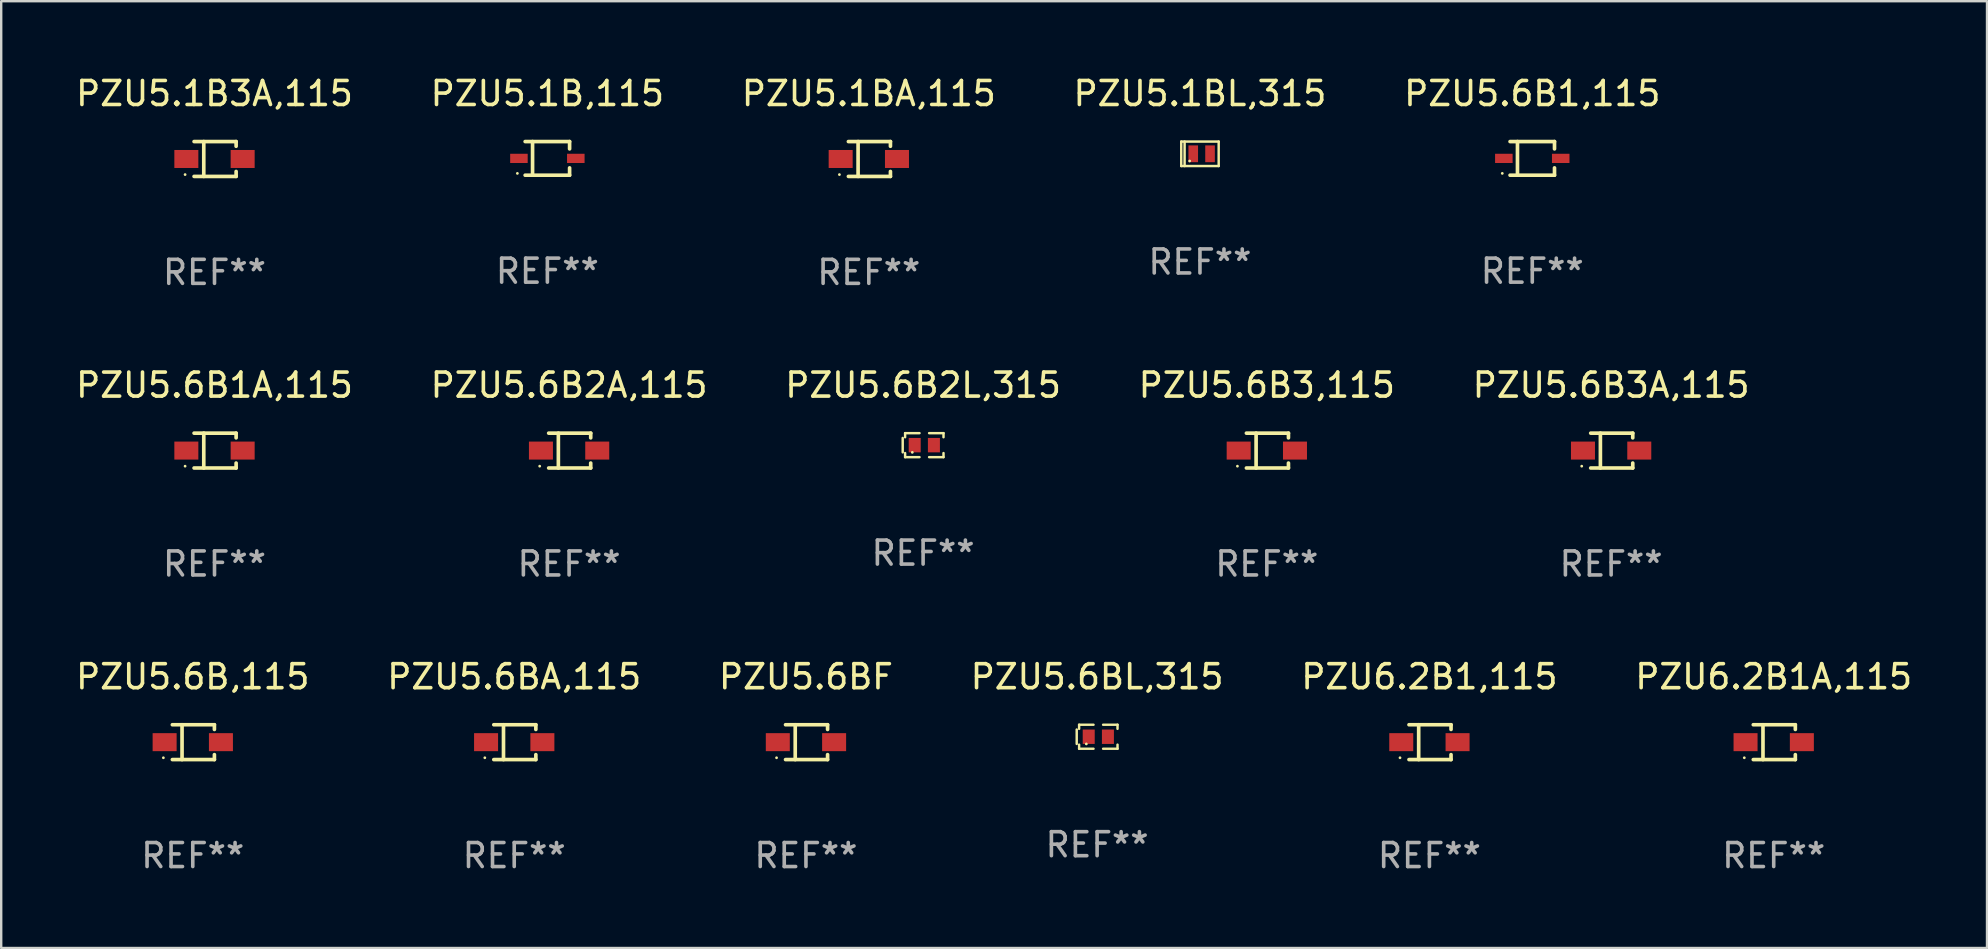
<source format=kicad_pcb>
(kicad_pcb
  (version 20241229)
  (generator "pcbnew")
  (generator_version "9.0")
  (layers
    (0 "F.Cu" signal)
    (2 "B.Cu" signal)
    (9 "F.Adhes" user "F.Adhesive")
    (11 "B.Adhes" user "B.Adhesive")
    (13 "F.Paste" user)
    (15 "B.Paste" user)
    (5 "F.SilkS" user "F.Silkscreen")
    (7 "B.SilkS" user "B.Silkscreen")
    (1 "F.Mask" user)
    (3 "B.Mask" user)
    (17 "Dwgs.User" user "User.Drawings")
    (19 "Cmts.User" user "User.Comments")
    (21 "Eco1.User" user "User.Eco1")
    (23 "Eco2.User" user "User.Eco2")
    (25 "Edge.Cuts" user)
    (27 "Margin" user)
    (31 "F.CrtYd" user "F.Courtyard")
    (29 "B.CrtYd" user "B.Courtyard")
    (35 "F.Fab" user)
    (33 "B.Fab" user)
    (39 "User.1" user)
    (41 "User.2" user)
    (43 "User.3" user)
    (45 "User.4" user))
  (footprint "PZU5.6B2A,115"
    (layer "F.Cu")
    (at 20.661 15.723)
    (property "Reference" "PZU5.6B2A,115" (at 0 -2.726 0) (layer "F.SilkS") (effects (font (size 1 1) (thickness 0.15))))
    (attr through_hole)
    (fp_line (start -0.851 -0.726) (end 0.901 -0.726) (stroke (width 0.152) (type solid)) (layer "F.SilkS"))
    (fp_line (start -0.851 0.726) (end 0.901 0.726) (stroke (width 0.152) (type solid)) (layer "F.SilkS"))
    (fp_line (start -0.447 -0.726) (end -0.447 0.726) (stroke (width 0.152) (type solid)) (layer "F.SilkS"))
    (fp_line (start 0.901 -0.726) (end 0.901 -0.53) (stroke (width 0.152) (type solid)) (layer "F.SilkS"))
    (fp_line (start 0.901 0.726) (end 0.901 0.52) (stroke (width 0.152) (type solid)) (layer "F.SilkS"))
    (fp_circle (center -1.225 0.65) (end -1.195 0.65) (stroke (width 0.06) (type solid)) (fill no) (layer "F.SilkS"))
    (fp_text user "REF**" (at 0 4.726 0) (layer "F.Fab") (effects (font (size 1 1) (thickness 0.15))))
    (pad "1" smd rect (at -1.173 0) (size 1 0.75) (layers "F.Cu" "F.Mask" "F.Paste"))
    (pad "2" smd rect (at 1.173 0) (size 1 0.75) (layers "F.Cu" "F.Mask" "F.Paste")))
  (footprint "PZU5.1BL,315"
    (layer "F.Cu")
    (at 46.946 3.358)
    (property "Reference" "PZU5.1BL,315" (at 0 -2.51 0) (layer "F.SilkS") (effects (font (size 1 1) (thickness 0.15))))
    (attr through_hole)
    (fp_line (start -0.78 -0.51) (end -0.78 0.51) (stroke (width 0.102) (type solid)) (layer "F.SilkS"))
    (fp_line (start -0.78 -0.51) (end 0.78 -0.51) (stroke (width 0.102) (type solid)) (layer "F.SilkS"))
    (fp_line (start -0.78 0.51) (end 0.78 0.51) (stroke (width 0.102) (type solid)) (layer "F.SilkS"))
    (fp_line (start -0.64 -0.51) (end -0.64 0.51) (stroke (width 0.102) (type solid)) (layer "F.SilkS"))
    (fp_line (start 0.78 -0.51) (end 0.78 0.51) (stroke (width 0.102) (type solid)) (layer "F.SilkS"))
    (fp_circle (center -0.43 0.3) (end -0.4 0.3) (stroke (width 0.06) (type solid)) (fill no) (layer "F.SilkS"))
    (fp_text user "REF**" (at 0 4.51 0) (layer "F.Fab") (effects (font (size 1 1) (thickness 0.15))))
    (pad "1" smd rect (at -0.28 0) (size 0.4 0.7) (layers "F.Cu" "F.Mask" "F.Paste"))
    (pad "2" smd rect (at 0.42 0) (size 0.4 0.7) (layers "F.Cu" "F.Mask" "F.Paste")))
  (footprint "PZU6.2B1A,115"
    (layer "F.Cu")
    (at 70.851 27.872)
    (property "Reference" "PZU6.2B1A,115" (at 0 -2.726 0) (layer "F.SilkS") (effects (font (size 1 1) (thickness 0.15))))
    (attr through_hole)
    (fp_line (start -0.851 -0.726) (end 0.901 -0.726) (stroke (width 0.152) (type solid)) (layer "F.SilkS"))
    (fp_line (start -0.851 0.726) (end 0.901 0.726) (stroke (width 0.152) (type solid)) (layer "F.SilkS"))
    (fp_line (start -0.447 -0.726) (end -0.447 0.726) (stroke (width 0.152) (type solid)) (layer "F.SilkS"))
    (fp_line (start 0.901 -0.726) (end 0.901 -0.53) (stroke (width 0.152) (type solid)) (layer "F.SilkS"))
    (fp_line (start 0.901 0.726) (end 0.901 0.52) (stroke (width 0.152) (type solid)) (layer "F.SilkS"))
    (fp_circle (center -1.225 0.65) (end -1.195 0.65) (stroke (width 0.06) (type solid)) (fill no) (layer "F.SilkS"))
    (fp_text user "REF**" (at 0 4.726 0) (layer "F.Fab") (effects (font (size 1 1) (thickness 0.15))))
    (pad "1" smd rect (at -1.173 0) (size 1 0.75) (layers "F.Cu" "F.Mask" "F.Paste"))
    (pad "2" smd rect (at 1.173 0) (size 1 0.75) (layers "F.Cu" "F.Mask" "F.Paste")))
  (footprint "PZU5.1BA,115"
    (layer "F.Cu")
    (at 33.149 3.574)
    (property "Reference" "PZU5.1BA,115" (at 0 -2.726 0) (layer "F.SilkS") (effects (font (size 1 1) (thickness 0.15))))
    (attr through_hole)
    (fp_line (start -0.851 -0.726) (end 0.901 -0.726) (stroke (width 0.152) (type solid)) (layer "F.SilkS"))
    (fp_line (start -0.851 0.726) (end 0.901 0.726) (stroke (width 0.152) (type solid)) (layer "F.SilkS"))
    (fp_line (start -0.447 -0.726) (end -0.447 0.726) (stroke (width 0.152) (type solid)) (layer "F.SilkS"))
    (fp_line (start 0.901 -0.726) (end 0.901 -0.53) (stroke (width 0.152) (type solid)) (layer "F.SilkS"))
    (fp_line (start 0.901 0.726) (end 0.901 0.52) (stroke (width 0.152) (type solid)) (layer "F.SilkS"))
    (fp_circle (center -1.225 0.65) (end -1.195 0.65) (stroke (width 0.06) (type solid)) (fill no) (layer "F.SilkS"))
    (fp_text user "REF**" (at 0 4.726 0) (layer "F.Fab") (effects (font (size 1 1) (thickness 0.15))))
    (pad "1" smd rect (at -1.173 0) (size 1 0.75) (layers "F.Cu" "F.Mask" "F.Paste"))
    (pad "2" smd rect (at 1.173 0) (size 1 0.75) (layers "F.Cu" "F.Mask" "F.Paste")))
  (footprint "PZU5.6B3A,115"
    (layer "F.Cu")
    (at 64.077 15.723)
    (property "Reference" "PZU5.6B3A,115" (at 0 -2.726 0) (layer "F.SilkS") (effects (font (size 1 1) (thickness 0.15))))
    (attr through_hole)
    (fp_line (start -0.851 -0.726) (end 0.901 -0.726) (stroke (width 0.152) (type solid)) (layer "F.SilkS"))
    (fp_line (start -0.851 0.726) (end 0.901 0.726) (stroke (width 0.152) (type solid)) (layer "F.SilkS"))
    (fp_line (start -0.447 -0.726) (end -0.447 0.726) (stroke (width 0.152) (type solid)) (layer "F.SilkS"))
    (fp_line (start 0.901 -0.726) (end 0.901 -0.53) (stroke (width 0.152) (type solid)) (layer "F.SilkS"))
    (fp_line (start 0.901 0.726) (end 0.901 0.52) (stroke (width 0.152) (type solid)) (layer "F.SilkS"))
    (fp_circle (center -1.225 0.65) (end -1.195 0.65) (stroke (width 0.06) (type solid)) (fill no) (layer "F.SilkS"))
    (fp_text user "REF**" (at 0 4.726 0) (layer "F.Fab") (effects (font (size 1 1) (thickness 0.15))))
    (pad "1" smd rect (at -1.173 0) (size 1 0.75) (layers "F.Cu" "F.Mask" "F.Paste"))
    (pad "2" smd rect (at 1.173 0) (size 1 0.75) (layers "F.Cu" "F.Mask" "F.Paste")))
  (footprint "PZU5.6BA,115"
    (layer "F.Cu")
    (at 18.375 27.872)
    (property "Reference" "PZU5.6BA,115" (at 0 -2.726 0) (layer "F.SilkS") (effects (font (size 1 1) (thickness 0.15))))
    (attr through_hole)
    (fp_line (start -0.851 -0.726) (end 0.901 -0.726) (stroke (width 0.152) (type solid)) (layer "F.SilkS"))
    (fp_line (start -0.851 0.726) (end 0.901 0.726) (stroke (width 0.152) (type solid)) (layer "F.SilkS"))
    (fp_line (start -0.447 -0.726) (end -0.447 0.726) (stroke (width 0.152) (type solid)) (layer "F.SilkS"))
    (fp_line (start 0.901 -0.726) (end 0.901 -0.53) (stroke (width 0.152) (type solid)) (layer "F.SilkS"))
    (fp_line (start 0.901 0.726) (end 0.901 0.52) (stroke (width 0.152) (type solid)) (layer "F.SilkS"))
    (fp_circle (center -1.225 0.65) (end -1.195 0.65) (stroke (width 0.06) (type solid)) (fill no) (layer "F.SilkS"))
    (fp_text user "REF**" (at 0 4.726 0) (layer "F.Fab") (effects (font (size 1 1) (thickness 0.15))))
    (pad "1" smd rect (at -1.173 0) (size 1 0.75) (layers "F.Cu" "F.Mask" "F.Paste"))
    (pad "2" smd rect (at 1.173 0) (size 1 0.75) (layers "F.Cu" "F.Mask" "F.Paste")))
  (footprint "PZU5.6B3,115"
    (layer "F.Cu")
    (at 49.732 15.723)
    (property "Reference" "PZU5.6B3,115" (at 0 -2.726 0) (layer "F.SilkS") (effects (font (size 1 1) (thickness 0.15))))
    (attr through_hole)
    (fp_line (start -0.851 -0.726) (end 0.901 -0.726) (stroke (width 0.152) (type solid)) (layer "F.SilkS"))
    (fp_line (start -0.851 0.726) (end 0.901 0.726) (stroke (width 0.152) (type solid)) (layer "F.SilkS"))
    (fp_line (start -0.447 -0.726) (end -0.447 0.726) (stroke (width 0.152) (type solid)) (layer "F.SilkS"))
    (fp_line (start 0.901 -0.726) (end 0.901 -0.53) (stroke (width 0.152) (type solid)) (layer "F.SilkS"))
    (fp_line (start 0.901 0.726) (end 0.901 0.52) (stroke (width 0.152) (type solid)) (layer "F.SilkS"))
    (fp_circle (center -1.225 0.65) (end -1.195 0.65) (stroke (width 0.06) (type solid)) (fill no) (layer "F.SilkS"))
    (fp_text user "REF**" (at 0 4.726 0) (layer "F.Fab") (effects (font (size 1 1) (thickness 0.15))))
    (pad "1" smd rect (at -1.173 0) (size 1 0.75) (layers "F.Cu" "F.Mask" "F.Paste"))
    (pad "2" smd rect (at 1.173 0) (size 1 0.75) (layers "F.Cu" "F.Mask" "F.Paste")))
  (footprint "PZU6.2B1,115"
    (layer "F.Cu")
    (at 56.506 27.872)
    (property "Reference" "PZU6.2B1,115" (at 0 -2.726 0) (layer "F.SilkS") (effects (font (size 1 1) (thickness 0.15))))
    (attr through_hole)
    (fp_line (start -0.851 -0.726) (end 0.901 -0.726) (stroke (width 0.152) (type solid)) (layer "F.SilkS"))
    (fp_line (start -0.851 0.726) (end 0.901 0.726) (stroke (width 0.152) (type solid)) (layer "F.SilkS"))
    (fp_line (start -0.447 -0.726) (end -0.447 0.726) (stroke (width 0.152) (type solid)) (layer "F.SilkS"))
    (fp_line (start 0.901 -0.726) (end 0.901 -0.53) (stroke (width 0.152) (type solid)) (layer "F.SilkS"))
    (fp_line (start 0.901 0.726) (end 0.901 0.52) (stroke (width 0.152) (type solid)) (layer "F.SilkS"))
    (fp_circle (center -1.225 0.65) (end -1.195 0.65) (stroke (width 0.06) (type solid)) (fill no) (layer "F.SilkS"))
    (fp_text user "REF**" (at 0 4.726 0) (layer "F.Fab") (effects (font (size 1 1) (thickness 0.15))))
    (pad "1" smd rect (at -1.173 0) (size 1 0.75) (layers "F.Cu" "F.Mask" "F.Paste"))
    (pad "2" smd rect (at 1.173 0) (size 1 0.75) (layers "F.Cu" "F.Mask" "F.Paste")))
  (footprint "PZU5.6B1A,115"
    (layer "F.Cu")
    (at 5.887 15.723)
    (property "Reference" "PZU5.6B1A,115" (at 0 -2.726 0) (layer "F.SilkS") (effects (font (size 1 1) (thickness 0.15))))
    (attr through_hole)
    (fp_line (start -0.851 -0.726) (end 0.901 -0.726) (stroke (width 0.152) (type solid)) (layer "F.SilkS"))
    (fp_line (start -0.851 0.726) (end 0.901 0.726) (stroke (width 0.152) (type solid)) (layer "F.SilkS"))
    (fp_line (start -0.447 -0.726) (end -0.447 0.726) (stroke (width 0.152) (type solid)) (layer "F.SilkS"))
    (fp_line (start 0.901 -0.726) (end 0.901 -0.53) (stroke (width 0.152) (type solid)) (layer "F.SilkS"))
    (fp_line (start 0.901 0.726) (end 0.901 0.52) (stroke (width 0.152) (type solid)) (layer "F.SilkS"))
    (fp_circle (center -1.225 0.65) (end -1.195 0.65) (stroke (width 0.06) (type solid)) (fill no) (layer "F.SilkS"))
    (fp_text user "REF**" (at 0 4.726 0) (layer "F.Fab") (effects (font (size 1 1) (thickness 0.15))))
    (pad "1" smd rect (at -1.173 0) (size 1 0.75) (layers "F.Cu" "F.Mask" "F.Paste"))
    (pad "2" smd rect (at 1.173 0) (size 1 0.75) (layers "F.Cu" "F.Mask" "F.Paste")))
  (footprint "PZU5.6B2L,315"
    (layer "F.Cu")
    (at 35.411 15.497)
    (property "Reference" "PZU5.6B2L,315" (at 0 -2.5 0) (layer "F.SilkS") (effects (font (size 1 1) (thickness 0.15))))
    (attr through_hole)
    (fp_line (start -0.85 -0.3) (end -0.85 0.3) (stroke (width 0.102) (type solid)) (layer "F.SilkS"))
    (fp_line (start -0.75 -0.5) (end -0.75 -0.329) (stroke (width 0.102) (type solid)) (layer "F.SilkS"))
    (fp_line (start -0.75 0.329) (end -0.75 0.5) (stroke (width 0.102) (type solid)) (layer "F.SilkS"))
    (fp_line (start -0.75 0.5) (end -0.15 0.5) (stroke (width 0.102) (type solid)) (layer "F.SilkS"))
    (fp_line (start -0.15 -0.5) (end -0.75 -0.5) (stroke (width 0.102) (type solid)) (layer "F.SilkS"))
    (fp_line (start 0.25 -0.5) (end 0.85 -0.5) (stroke (width 0.102) (type solid)) (layer "F.SilkS"))
    (fp_line (start 0.85 -0.5) (end 0.85 -0.33) (stroke (width 0.102) (type solid)) (layer "F.SilkS"))
    (fp_line (start 0.85 0.33) (end 0.85 0.5) (stroke (width 0.102) (type solid)) (layer "F.SilkS"))
    (fp_line (start 0.85 0.5) (end 0.25 0.5) (stroke (width 0.102) (type solid)) (layer "F.SilkS"))
    (fp_circle (center -0.45 0.3) (end -0.42 0.3) (stroke (width 0.06) (type solid)) (fill no) (layer "F.SilkS"))
    (fp_text user "REF**" (at 0 4.5 0) (layer "F.Fab") (effects (font (size 1 1) (thickness 0.15))))
    (pad "1" smd rect (at -0.35 0) (size 0.5 0.6) (layers "F.Cu" "F.Mask" "F.Paste"))
    (pad "2" smd rect (at 0.45 0) (size 0.5 0.6) (layers "F.Cu" "F.Mask" "F.Paste")))
  (footprint "PZU5.1B,115"
    (layer "F.Cu")
    (at 19.756 3.549)
    (property "Reference" "PZU5.1B,115" (at 0 -2.701 0) (layer "F.SilkS") (effects (font (size 1 1) (thickness 0.15))))
    (attr through_hole)
    (fp_line (start -0.926 -0.701) (end 0.926 -0.701) (stroke (width 0.152) (type solid)) (layer "F.SilkS"))
    (fp_line (start -0.926 0.701) (end 0.926 0.701) (stroke (width 0.152) (type solid)) (layer "F.SilkS"))
    (fp_line (start -0.617 -0.701) (end -0.617 0.701) (stroke (width 0.152) (type solid)) (layer "F.SilkS"))
    (fp_line (start 0.926 -0.701) (end 0.926 -0.396) (stroke (width 0.152) (type solid)) (layer "F.SilkS"))
    (fp_line (start 0.926 0.701) (end 0.926 0.396) (stroke (width 0.152) (type solid)) (layer "F.SilkS"))
    (fp_circle (center -1.25 0.625) (end -1.22 0.625) (stroke (width 0.06) (type solid)) (fill no) (layer "F.SilkS"))
    (fp_text user "REF**" (at 0 4.701 0) (layer "F.Fab") (effects (font (size 1 1) (thickness 0.15))))
    (pad "1" smd rect (at -1.185 0 180) (size 0.73 0.385) (layers "F.Cu" "F.Mask" "F.Paste"))
    (pad "2" smd rect (at 1.185 0 180) (size 0.73 0.385) (layers "F.Cu" "F.Mask" "F.Paste")))
  (footprint "PZU5.6BL,315"
    (layer "F.Cu")
    (at 42.661 27.646)
    (property "Reference" "PZU5.6BL,315" (at 0 -2.5 0) (layer "F.SilkS") (effects (font (size 1 1) (thickness 0.15))))
    (attr through_hole)
    (fp_line (start -0.85 -0.3) (end -0.85 0.3) (stroke (width 0.102) (type solid)) (layer "F.SilkS"))
    (fp_line (start -0.75 -0.5) (end -0.75 -0.329) (stroke (width 0.102) (type solid)) (layer "F.SilkS"))
    (fp_line (start -0.75 0.329) (end -0.75 0.5) (stroke (width 0.102) (type solid)) (layer "F.SilkS"))
    (fp_line (start -0.75 0.5) (end -0.15 0.5) (stroke (width 0.102) (type solid)) (layer "F.SilkS"))
    (fp_line (start -0.15 -0.5) (end -0.75 -0.5) (stroke (width 0.102) (type solid)) (layer "F.SilkS"))
    (fp_line (start 0.25 -0.5) (end 0.85 -0.5) (stroke (width 0.102) (type solid)) (layer "F.SilkS"))
    (fp_line (start 0.85 -0.5) (end 0.85 -0.33) (stroke (width 0.102) (type solid)) (layer "F.SilkS"))
    (fp_line (start 0.85 0.33) (end 0.85 0.5) (stroke (width 0.102) (type solid)) (layer "F.SilkS"))
    (fp_line (start 0.85 0.5) (end 0.25 0.5) (stroke (width 0.102) (type solid)) (layer "F.SilkS"))
    (fp_circle (center -0.45 0.3) (end -0.42 0.3) (stroke (width 0.06) (type solid)) (fill no) (layer "F.SilkS"))
    (fp_text user "REF**" (at 0 4.5 0) (layer "F.Fab") (effects (font (size 1 1) (thickness 0.15))))
    (pad "1" smd rect (at -0.35 0) (size 0.5 0.6) (layers "F.Cu" "F.Mask" "F.Paste"))
    (pad "2" smd rect (at 0.45 0) (size 0.5 0.6) (layers "F.Cu" "F.Mask" "F.Paste")))
  (footprint "PZU5.6B1,115"
    (layer "F.Cu")
    (at 60.792 3.549)
    (property "Reference" "PZU5.6B1,115" (at 0 -2.701 0) (layer "F.SilkS") (effects (font (size 1 1) (thickness 0.15))))
    (attr through_hole)
    (fp_line (start -0.926 -0.701) (end 0.926 -0.701) (stroke (width 0.152) (type solid)) (layer "F.SilkS"))
    (fp_line (start -0.926 0.701) (end 0.926 0.701) (stroke (width 0.152) (type solid)) (layer "F.SilkS"))
    (fp_line (start -0.617 -0.701) (end -0.617 0.701) (stroke (width 0.152) (type solid)) (layer "F.SilkS"))
    (fp_line (start 0.926 -0.701) (end 0.926 -0.396) (stroke (width 0.152) (type solid)) (layer "F.SilkS"))
    (fp_line (start 0.926 0.701) (end 0.926 0.396) (stroke (width 0.152) (type solid)) (layer "F.SilkS"))
    (fp_circle (center -1.25 0.625) (end -1.22 0.625) (stroke (width 0.06) (type solid)) (fill no) (layer "F.SilkS"))
    (fp_text user "REF**" (at 0 4.701 0) (layer "F.Fab") (effects (font (size 1 1) (thickness 0.15))))
    (pad "1" smd rect (at -1.185 0 180) (size 0.73 0.385) (layers "F.Cu" "F.Mask" "F.Paste"))
    (pad "2" smd rect (at 1.185 0 180) (size 0.73 0.385) (layers "F.Cu" "F.Mask" "F.Paste")))
  (footprint "PZU5.1B3A,115"
    (layer "F.Cu")
    (at 5.887 3.574)
    (property "Reference" "PZU5.1B3A,115" (at 0 -2.726 0) (layer "F.SilkS") (effects (font (size 1 1) (thickness 0.15))))
    (attr through_hole)
    (fp_line (start -0.851 -0.726) (end 0.901 -0.726) (stroke (width 0.152) (type solid)) (layer "F.SilkS"))
    (fp_line (start -0.851 0.726) (end 0.901 0.726) (stroke (width 0.152) (type solid)) (layer "F.SilkS"))
    (fp_line (start -0.447 -0.726) (end -0.447 0.726) (stroke (width 0.152) (type solid)) (layer "F.SilkS"))
    (fp_line (start 0.901 -0.726) (end 0.901 -0.53) (stroke (width 0.152) (type solid)) (layer "F.SilkS"))
    (fp_line (start 0.901 0.726) (end 0.901 0.52) (stroke (width 0.152) (type solid)) (layer "F.SilkS"))
    (fp_circle (center -1.225 0.65) (end -1.195 0.65) (stroke (width 0.06) (type solid)) (fill no) (layer "F.SilkS"))
    (fp_text user "REF**" (at 0 4.726 0) (layer "F.Fab") (effects (font (size 1 1) (thickness 0.15))))
    (pad "1" smd rect (at -1.173 0) (size 1 0.75) (layers "F.Cu" "F.Mask" "F.Paste"))
    (pad "2" smd rect (at 1.173 0) (size 1 0.75) (layers "F.Cu" "F.Mask" "F.Paste")))
  (footprint "PZU5.6BF"
    (layer "F.Cu")
    (at 30.53 27.872)
    (property "Reference" "PZU5.6BF" (at 0 -2.726 0) (layer "F.SilkS") (effects (font (size 1 1) (thickness 0.15))))
    (attr through_hole)
    (fp_line (start -0.851 -0.726) (end 0.901 -0.726) (stroke (width 0.152) (type solid)) (layer "F.SilkS"))
    (fp_line (start -0.851 0.726) (end 0.901 0.726) (stroke (width 0.152) (type solid)) (layer "F.SilkS"))
    (fp_line (start -0.447 -0.726) (end -0.447 0.726) (stroke (width 0.152) (type solid)) (layer "F.SilkS"))
    (fp_line (start 0.901 -0.726) (end 0.901 -0.53) (stroke (width 0.152) (type solid)) (layer "F.SilkS"))
    (fp_line (start 0.901 0.726) (end 0.901 0.52) (stroke (width 0.152) (type solid)) (layer "F.SilkS"))
    (fp_circle (center -1.225 0.65) (end -1.195 0.65) (stroke (width 0.06) (type solid)) (fill no) (layer "F.SilkS"))
    (fp_text user "REF**" (at 0 4.726 0) (layer "F.Fab") (effects (font (size 1 1) (thickness 0.15))))
    (pad "1" smd rect (at -1.173 0) (size 1 0.75) (layers "F.Cu" "F.Mask" "F.Paste"))
    (pad "2" smd rect (at 1.173 0) (size 1 0.75) (layers "F.Cu" "F.Mask" "F.Paste")))
  (footprint "PZU5.6B,115"
    (layer "F.Cu")
    (at 4.982 27.872)
    (property "Reference" "PZU5.6B,115" (at 0 -2.726 0) (layer "F.SilkS") (effects (font (size 1 1) (thickness 0.15))))
    (attr through_hole)
    (fp_line (start -0.851 -0.726) (end 0.901 -0.726) (stroke (width 0.152) (type solid)) (layer "F.SilkS"))
    (fp_line (start -0.851 0.726) (end 0.901 0.726) (stroke (width 0.152) (type solid)) (layer "F.SilkS"))
    (fp_line (start -0.447 -0.726) (end -0.447 0.726) (stroke (width 0.152) (type solid)) (layer "F.SilkS"))
    (fp_line (start 0.901 -0.726) (end 0.901 -0.53) (stroke (width 0.152) (type solid)) (layer "F.SilkS"))
    (fp_line (start 0.901 0.726) (end 0.901 0.52) (stroke (width 0.152) (type solid)) (layer "F.SilkS"))
    (fp_circle (center -1.225 0.65) (end -1.195 0.65) (stroke (width 0.06) (type solid)) (fill no) (layer "F.SilkS"))
    (fp_text user "REF**" (at 0 4.726 0) (layer "F.Fab") (effects (font (size 1 1) (thickness 0.15))))
    (pad "1" smd rect (at -1.173 0) (size 1 0.75) (layers "F.Cu" "F.Mask" "F.Paste"))
    (pad "2" smd rect (at 1.173 0) (size 1 0.75) (layers "F.Cu" "F.Mask" "F.Paste")))
  (gr_rect
    (start -3 -3)
    (end 79.738 36.447)
    (stroke (width 0.1) (type default))
    (fill no)
    (layer "Edge.Cuts")))
</source>
